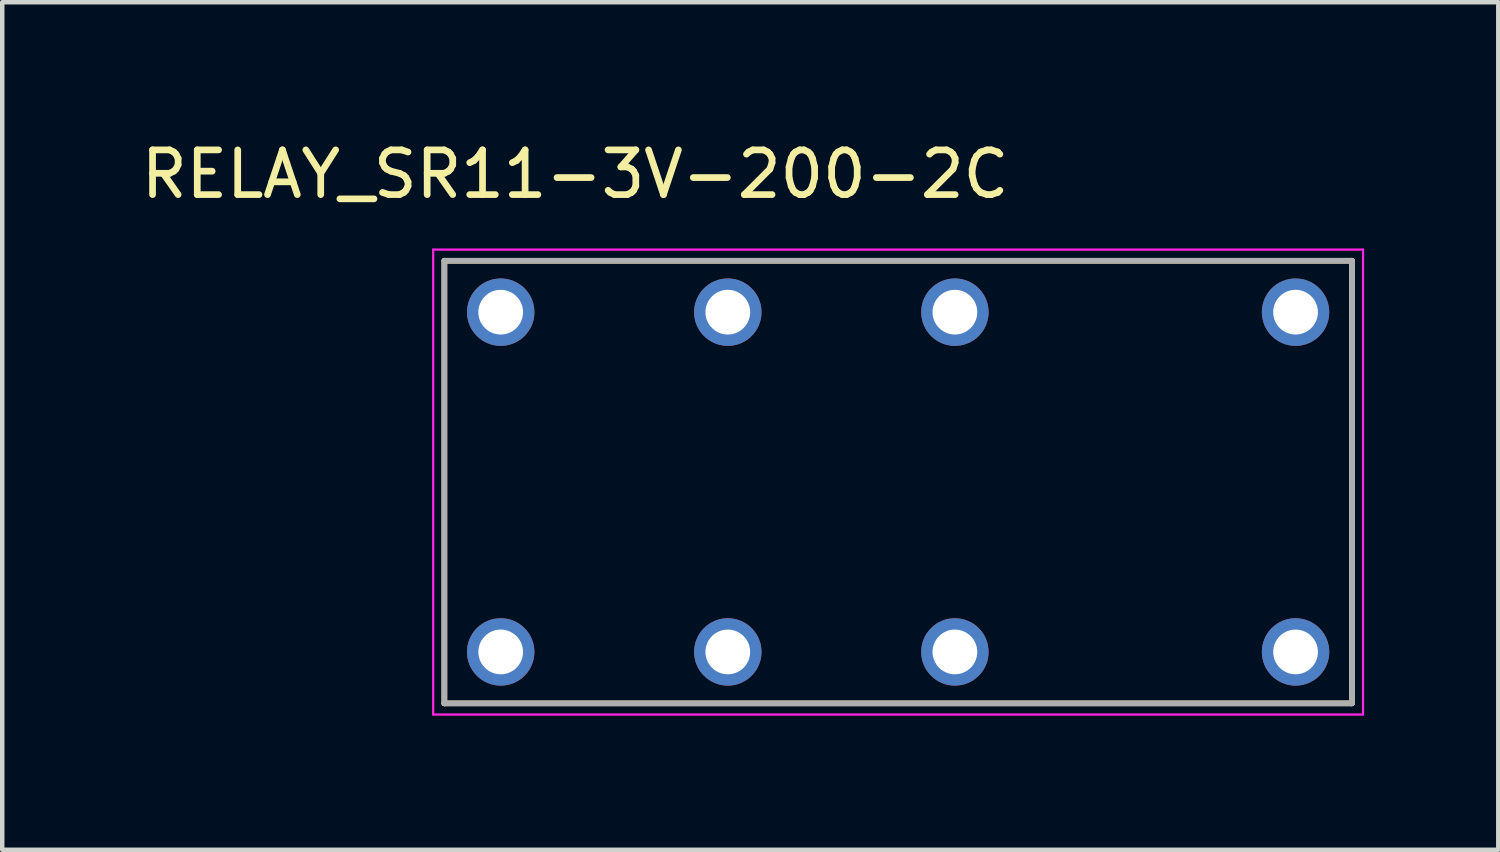
<source format=kicad_pcb>
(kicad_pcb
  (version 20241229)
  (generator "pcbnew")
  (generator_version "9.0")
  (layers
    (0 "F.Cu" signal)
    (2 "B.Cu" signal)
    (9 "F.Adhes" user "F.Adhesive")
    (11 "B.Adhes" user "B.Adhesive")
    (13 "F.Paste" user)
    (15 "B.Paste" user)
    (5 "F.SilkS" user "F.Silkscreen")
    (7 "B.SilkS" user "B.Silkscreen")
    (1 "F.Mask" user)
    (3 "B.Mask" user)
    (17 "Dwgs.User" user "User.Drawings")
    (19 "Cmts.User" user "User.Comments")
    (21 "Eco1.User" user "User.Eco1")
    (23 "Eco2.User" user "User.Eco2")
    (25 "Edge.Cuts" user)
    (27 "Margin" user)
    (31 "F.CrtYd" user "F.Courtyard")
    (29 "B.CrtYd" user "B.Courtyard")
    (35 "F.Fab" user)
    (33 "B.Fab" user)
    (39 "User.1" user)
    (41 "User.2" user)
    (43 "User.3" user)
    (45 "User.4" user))
  (footprint "RELAY_SR11-3V-200-2C"
    (layer "F.Cu")
    (at 17.04 7.733)
    (property "Reference" "RELAY_SR11-3V-200-2C" (at -7.225 -6.885 0) (layer "F.SilkS") (effects (font (size 1 1) (thickness 0.15))))
    (attr through_hole)
    (fp_line (start -10.15 -4.95) (end 10.15 -4.95) (stroke (width 0.127) (type solid)) (layer "F.SilkS"))
    (fp_line (start -10.15 4.95) (end -10.15 -4.95) (stroke (width 0.127) (type solid)) (layer "F.SilkS"))
    (fp_line (start 10.15 -4.95) (end 10.15 4.95) (stroke (width 0.127) (type solid)) (layer "F.SilkS"))
    (fp_line (start 10.15 4.95) (end -10.15 4.95) (stroke (width 0.127) (type solid)) (layer "F.SilkS"))
    (fp_line (start -10.4 -5.2) (end -10.4 5.2) (stroke (width 0.05) (type solid)) (layer "F.CrtYd"))
    (fp_line (start -10.4 5.2) (end 10.4 5.2) (stroke (width 0.05) (type solid)) (layer "F.CrtYd"))
    (fp_line (start 10.4 -5.2) (end -10.4 -5.2) (stroke (width 0.05) (type solid)) (layer "F.CrtYd"))
    (fp_line (start 10.4 5.2) (end 10.4 -5.2) (stroke (width 0.05) (type solid)) (layer "F.CrtYd"))
    (fp_line (start -10.15 -4.95) (end 10.15 -4.95) (stroke (width 0.127) (type solid)) (layer "F.Fab"))
    (fp_line (start -10.15 4.95) (end -10.15 -4.95) (stroke (width 0.127) (type solid)) (layer "F.Fab"))
    (fp_line (start 10.15 -4.95) (end 10.15 4.95) (stroke (width 0.127) (type solid)) (layer "F.Fab"))
    (fp_line (start 10.15 4.95) (end -10.15 4.95) (stroke (width 0.127) (type solid)) (layer "F.Fab"))
    (pad "1" thru_hole circle (at 8.89 -3.8) (size 1.508 1.508) (drill 1) (layers "*.Cu" "*.Mask"))
    (pad "2" thru_hole circle (at 1.27 -3.8) (size 1.508 1.508) (drill 1) (layers "*.Cu" "*.Mask"))
    (pad "3" thru_hole circle (at -3.81 -3.8) (size 1.508 1.508) (drill 1) (layers "*.Cu" "*.Mask"))
    (pad "4" thru_hole circle (at -8.89 -3.8) (size 1.508 1.508) (drill 1) (layers "*.Cu" "*.Mask"))
    (pad "5" thru_hole circle (at -8.89 3.8) (size 1.508 1.508) (drill 1) (layers "*.Cu" "*.Mask"))
    (pad "6" thru_hole circle (at -3.81 3.8) (size 1.508 1.508) (drill 1) (layers "*.Cu" "*.Mask"))
    (pad "7" thru_hole circle (at 1.27 3.8) (size 1.508 1.508) (drill 1) (layers "*.Cu" "*.Mask"))
    (pad "8" thru_hole circle (at 8.89 3.8) (size 1.508 1.508) (drill 1) (layers "*.Cu" "*.Mask")))
  (gr_rect
    (start -3 -3)
    (end 30.465 15.958)
    (stroke (width 0.1) (type default))
    (fill no)
    (layer "Edge.Cuts")))
</source>
